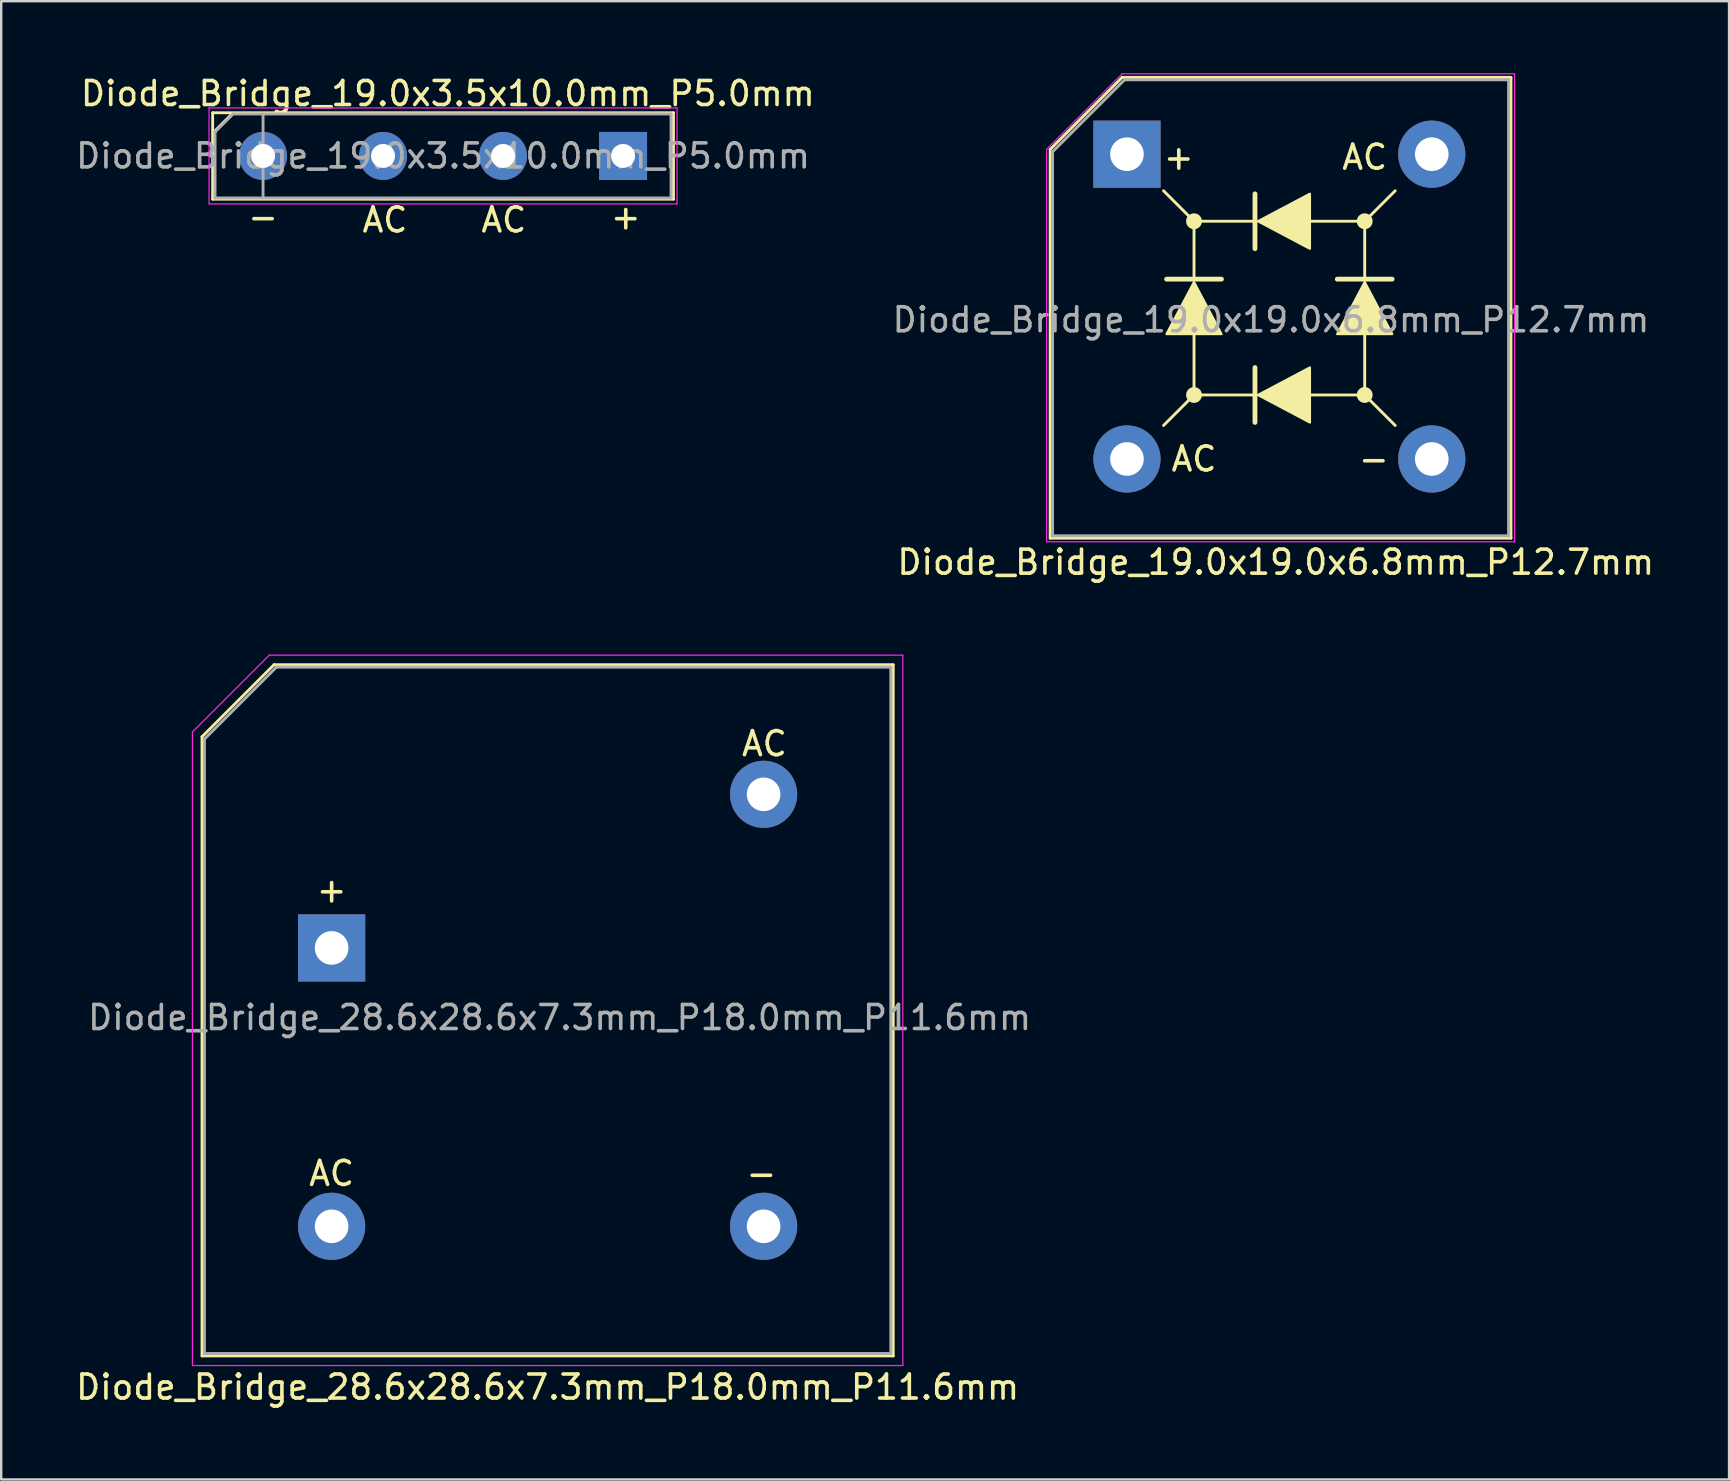
<source format=kicad_pcb>
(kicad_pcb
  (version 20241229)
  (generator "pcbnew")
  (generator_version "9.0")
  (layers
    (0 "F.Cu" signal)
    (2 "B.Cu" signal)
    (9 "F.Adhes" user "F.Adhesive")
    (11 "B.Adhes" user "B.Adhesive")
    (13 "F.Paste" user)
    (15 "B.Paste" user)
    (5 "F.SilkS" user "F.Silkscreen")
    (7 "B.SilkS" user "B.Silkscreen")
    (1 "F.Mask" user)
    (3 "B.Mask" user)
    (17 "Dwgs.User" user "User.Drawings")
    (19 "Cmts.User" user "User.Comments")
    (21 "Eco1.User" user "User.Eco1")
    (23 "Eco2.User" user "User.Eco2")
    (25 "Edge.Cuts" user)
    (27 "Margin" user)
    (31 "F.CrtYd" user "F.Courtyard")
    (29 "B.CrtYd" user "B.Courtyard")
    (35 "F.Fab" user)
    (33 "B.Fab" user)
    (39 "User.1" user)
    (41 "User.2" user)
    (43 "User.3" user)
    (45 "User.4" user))
  (footprint "Diode_Bridge_28.6x28.6x7.3mm_P18.0mm_P11.6mm"
    (layer "F.Cu")
    (at 10.768 36.448)
    (property "Reference" "Diode_Bridge_28.6x28.6x7.3mm_P18.0mm_P11.6mm" (at 9 18.3 180) (layer "F.SilkS") (effects (font (size 1 1) (thickness 0.15))))
    (fp_line (start -5.4 -8.8) (end -5.4 17) (stroke (width 0.12) (type solid)) (layer "F.SilkS"))
    (fp_line (start -5.4 17) (end 23.4 17) (stroke (width 0.12) (type solid)) (layer "F.SilkS"))
    (fp_line (start -2.4 -11.8) (end -5.4 -8.8) (stroke (width 0.12) (type solid)) (layer "F.SilkS"))
    (fp_line (start 23.4 -11.8) (end -2.4 -11.8) (stroke (width 0.12) (type solid)) (layer "F.SilkS"))
    (fp_line (start 23.4 17) (end 23.4 -11.8) (stroke (width 0.12) (type solid)) (layer "F.SilkS"))
    (fp_line (start -5.8 -9) (end -5.8 17.4) (stroke (width 0.05) (type solid)) (layer "F.CrtYd"))
    (fp_line (start -5.8 17.4) (end 23.8 17.4) (stroke (width 0.05) (type solid)) (layer "F.CrtYd"))
    (fp_line (start -2.6 -12.2) (end -5.8 -9) (stroke (width 0.05) (type solid)) (layer "F.CrtYd"))
    (fp_line (start 23.8 -12.2) (end -2.6 -12.2) (stroke (width 0.05) (type solid)) (layer "F.CrtYd"))
    (fp_line (start 23.8 17.4) (end 23.8 -12.2) (stroke (width 0.05) (type solid)) (layer "F.CrtYd"))
    (fp_line (start -5.3 -8.7) (end -5.3 16.9) (stroke (width 0.12) (type solid)) (layer "F.Fab"))
    (fp_line (start -5.3 16.9) (end 23.3 16.9) (stroke (width 0.12) (type solid)) (layer "F.Fab"))
    (fp_line (start -2.3 -11.7) (end -5.3 -8.7) (stroke (width 0.12) (type solid)) (layer "F.Fab"))
    (fp_line (start 23.3 -11.7) (end -2.3 -11.7) (stroke (width 0.12) (type solid)) (layer "F.Fab"))
    (fp_line (start 23.3 16.9) (end 23.3 -11.7) (stroke (width 0.12) (type solid)) (layer "F.Fab"))
    (fp_text user "AC" (at 18.034 -8.509 0) (layer "F.SilkS") (effects (font (size 1 1) (thickness 0.15))))
    (fp_text user "AC" (at 0 9.398 0) (layer "F.SilkS") (effects (font (size 1 1) (thickness 0.15))))
    (fp_text user "+" (at 0 -2.413 0) (layer "F.SilkS") (effects (font (size 1 1) (thickness 0.15))))
    (fp_text user "-" (at 17.907 9.398 0) (layer "F.SilkS") (effects (font (size 1 1) (thickness 0.15))))
    (fp_text user "${REFERENCE}" (at 9.5 2.9 180) (layer "F.Fab") (effects (font (size 1 1) (thickness 0.15))))
    (pad "1" thru_hole rect (at 0 0 180) (size 2.8 2.8) (drill 1.4) (layers "*.Cu" "*.Mask"))
    (pad "2" thru_hole circle (at 0 11.6 180) (size 2.8 2.8) (drill 1.4) (layers "*.Cu" "*.Mask"))
    (pad "3" thru_hole circle (at 18 11.6 180) (size 2.8 2.8) (drill 1.4) (layers "*.Cu" "*.Mask"))
    (pad "4" thru_hole circle (at 18 -6.4 180) (size 2.8 2.8) (drill 1.4) (layers "*.Cu" "*.Mask")))
  (footprint "Diode_Bridge_19.0x19.0x6.8mm_P12.7mm"
    (layer "F.Cu")
    (at 43.908 3.375)
    (property "Reference" "Diode_Bridge_19.0x19.0x6.8mm_P12.7mm" (at 6.2 17 180) (layer "F.SilkS") (effects (font (size 1 1) (thickness 0.15))))
    (attr through_hole)
    (fp_line (start -3.2 -0.2) (end -0.2 -3.2) (stroke (width 0.12) (type solid)) (layer "F.SilkS"))
    (fp_line (start -3.2 16) (end -3.2 -0.2) (stroke (width 0.12) (type solid)) (layer "F.SilkS"))
    (fp_line (start -0.2 -3.2) (end 16 -3.2) (stroke (width 0.12) (type solid)) (layer "F.SilkS"))
    (fp_line (start 1.524 1.524) (end 2.794 2.794) (stroke (width 0.12) (type solid)) (layer "F.SilkS"))
    (fp_line (start 1.524 11.303) (end 2.794 10.033) (stroke (width 0.12) (type solid)) (layer "F.SilkS"))
    (fp_line (start 2.794 5.207) (end 1.651 5.207) (stroke (width 0.2) (type solid)) (layer "F.SilkS"))
    (fp_line (start 2.794 5.207) (end 2.794 2.794) (stroke (width 0.12) (type solid)) (layer "F.SilkS"))
    (fp_line (start 2.794 10.033) (end 2.794 7.493) (stroke (width 0.12) (type solid)) (layer "F.SilkS"))
    (fp_line (start 3.937 5.207) (end 2.794 5.207) (stroke (width 0.2) (type solid)) (layer "F.SilkS"))
    (fp_line (start 5.334 1.651) (end 5.334 2.794) (stroke (width 0.2) (type solid)) (layer "F.SilkS"))
    (fp_line (start 5.334 2.794) (end 2.794 2.794) (stroke (width 0.12) (type solid)) (layer "F.SilkS"))
    (fp_line (start 5.334 2.794) (end 5.334 3.937) (stroke (width 0.2) (type solid)) (layer "F.SilkS"))
    (fp_line (start 5.334 8.89) (end 5.334 10.033) (stroke (width 0.2) (type solid)) (layer "F.SilkS"))
    (fp_line (start 5.334 10.033) (end 2.794 10.033) (stroke (width 0.12) (type solid)) (layer "F.SilkS"))
    (fp_line (start 5.334 10.033) (end 5.334 11.176) (stroke (width 0.2) (type solid)) (layer "F.SilkS"))
    (fp_line (start 9.906 2.794) (end 7.62 2.794) (stroke (width 0.12) (type solid)) (layer "F.SilkS"))
    (fp_line (start 9.906 5.207) (end 8.763 5.207) (stroke (width 0.2) (type solid)) (layer "F.SilkS"))
    (fp_line (start 9.906 5.207) (end 9.906 2.794) (stroke (width 0.12) (type solid)) (layer "F.SilkS"))
    (fp_line (start 9.906 10.033) (end 7.62 10.033) (stroke (width 0.12) (type solid)) (layer "F.SilkS"))
    (fp_line (start 9.906 10.033) (end 9.906 7.493) (stroke (width 0.12) (type solid)) (layer "F.SilkS"))
    (fp_line (start 11.049 5.207) (end 9.906 5.207) (stroke (width 0.2) (type solid)) (layer "F.SilkS"))
    (fp_line (start 11.176 1.524) (end 9.906 2.794) (stroke (width 0.12) (type solid)) (layer "F.SilkS"))
    (fp_line (start 11.176 11.303) (end 9.906 10.033) (stroke (width 0.12) (type solid)) (layer "F.SilkS"))
    (fp_line (start 16 -3.2) (end 16 16) (stroke (width 0.12) (type solid)) (layer "F.SilkS"))
    (fp_line (start 16 16) (end -3.2 16) (stroke (width 0.12) (type solid)) (layer "F.SilkS"))
    (fp_circle (center 2.794 2.794) (end 2.857 2.731) (stroke (width 0.12) (type solid)) (fill no) (layer "F.SilkS"))
    (fp_circle (center 2.794 2.794) (end 2.921 2.667) (stroke (width 0.12) (type solid)) (fill no) (layer "F.SilkS"))
    (fp_circle (center 2.794 2.794) (end 2.985 2.603) (stroke (width 0.12) (type solid)) (fill no) (layer "F.SilkS"))
    (fp_circle (center 2.794 10.033) (end 2.857 9.97) (stroke (width 0.12) (type solid)) (fill no) (layer "F.SilkS"))
    (fp_circle (center 2.794 10.033) (end 2.921 9.906) (stroke (width 0.12) (type solid)) (fill no) (layer "F.SilkS"))
    (fp_circle (center 2.794 10.033) (end 2.985 9.842) (stroke (width 0.12) (type solid)) (fill no) (layer "F.SilkS"))
    (fp_circle (center 9.906 2.794) (end 9.97 2.731) (stroke (width 0.12) (type solid)) (fill no) (layer "F.SilkS"))
    (fp_circle (center 9.906 2.794) (end 10.033 2.667) (stroke (width 0.12) (type solid)) (fill no) (layer "F.SilkS"))
    (fp_circle (center 9.906 2.794) (end 10.097 2.603) (stroke (width 0.12) (type solid)) (fill no) (layer "F.SilkS"))
    (fp_circle (center 9.906 10.033) (end 9.97 9.97) (stroke (width 0.12) (type solid)) (fill no) (layer "F.SilkS"))
    (fp_circle (center 9.906 10.033) (end 10.033 9.906) (stroke (width 0.12) (type solid)) (fill no) (layer "F.SilkS"))
    (fp_circle (center 9.906 10.033) (end 10.097 9.842) (stroke (width 0.12) (type solid)) (fill no) (layer "F.SilkS"))
    (fp_poly (pts (xy 3.937 7.493) (xy 1.651 7.493) (xy 2.794 5.334)) (stroke (width 0.1) (type solid)) (fill yes) (layer "F.SilkS"))
    (fp_poly (pts (xy 7.62 1.651) (xy 7.62 3.937) (xy 5.461 2.794)) (stroke (width 0.1) (type solid)) (fill yes) (layer "F.SilkS"))
    (fp_poly (pts (xy 7.62 8.89) (xy 7.62 11.176) (xy 5.461 10.033)) (stroke (width 0.1) (type solid)) (fill yes) (layer "F.SilkS"))
    (fp_poly (pts (xy 11.049 7.493) (xy 8.763 7.493) (xy 9.906 5.334)) (stroke (width 0.1) (type solid)) (fill yes) (layer "F.SilkS"))
    (fp_line (start -3.35 -0.2) (end -3.35 16.15) (stroke (width 0.05) (type solid)) (layer "F.CrtYd"))
    (fp_line (start -3.35 16.15) (end 16.15 16.15) (stroke (width 0.05) (type solid)) (layer "F.CrtYd"))
    (fp_line (start -0.2 -3.35) (end -3.35 -0.2) (stroke (width 0.05) (type solid)) (layer "F.CrtYd"))
    (fp_line (start 16.15 -3.35) (end -0.2 -3.35) (stroke (width 0.05) (type solid)) (layer "F.CrtYd"))
    (fp_line (start 16.15 16.15) (end 16.15 -3.35) (stroke (width 0.05) (type solid)) (layer "F.CrtYd"))
    (fp_line (start -3.1 -0.1) (end -0.1 -3.1) (stroke (width 0.12) (type solid)) (layer "F.Fab"))
    (fp_line (start -3.1 15.9) (end -3.1 -0.1) (stroke (width 0.12) (type solid)) (layer "F.Fab"))
    (fp_line (start -0.1 -3.1) (end 15.9 -3.1) (stroke (width 0.12) (type solid)) (layer "F.Fab"))
    (fp_line (start 15.9 -3.1) (end 15.9 15.9) (stroke (width 0.12) (type solid)) (layer "F.Fab"))
    (fp_line (start 15.9 15.9) (end -3.1 15.9) (stroke (width 0.12) (type solid)) (layer "F.Fab"))
    (fp_text user "AC" (at 9.906 0.127 0) (layer "F.SilkS") (effects (font (size 1 1) (thickness 0.15))))
    (fp_text user "AC" (at 2.794 12.7 0) (layer "F.SilkS") (effects (font (size 1 1) (thickness 0.15))))
    (fp_text user "+" (at 2.159 0.127 0) (layer "F.SilkS") (effects (font (size 1 1) (thickness 0.15))))
    (fp_text user "-" (at 10.287 12.7 0) (layer "F.SilkS") (effects (font (size 1 1) (thickness 0.15))))
    (fp_text user "${REFERENCE}" (at 6 6.9 180) (layer "F.Fab") (effects (font (size 1 1) (thickness 0.15))))
    (pad "1" thru_hole rect (at 0 0 180) (size 2.8 2.8) (drill 1.4) (layers "*.Cu" "*.Mask"))
    (pad "2" thru_hole circle (at 0 12.7 180) (size 2.8 2.8) (drill 1.4) (layers "*.Cu" "*.Mask"))
    (pad "3" thru_hole circle (at 12.7 12.7 180) (size 2.8 2.8) (drill 1.4) (layers "*.Cu" "*.Mask"))
    (pad "4" thru_hole circle (at 12.7 0 180) (size 2.8 2.8) (drill 1.4) (layers "*.Cu" "*.Mask")))
  (footprint "Diode_Bridge_19.0x3.5x10.0mm_P5.0mm"
    (layer "F.Cu")
    (at 22.911 3.448)
    (property "Reference" "Diode_Bridge_19.0x3.5x10.0mm_P5.0mm" (at -7.3 -2.6 180) (layer "F.SilkS") (effects (font (size 1 1) (thickness 0.15))))
    (fp_line (start -17.1 -1.8) (end 2.1 -1.8) (stroke (width 0.12) (type solid)) (layer "F.SilkS"))
    (fp_line (start -17.1 1.8) (end -17.1 -1.8) (stroke (width 0.12) (type solid)) (layer "F.SilkS"))
    (fp_line (start -16.27 -1.778) (end -17.032 -1.016) (stroke (width 0.12) (type solid)) (layer "F.SilkS"))
    (fp_line (start 2.1 -1.8) (end 2.1 1.8) (stroke (width 0.12) (type solid)) (layer "F.SilkS"))
    (fp_line (start 2.1 1.8) (end -17.1 1.8) (stroke (width 0.12) (type solid)) (layer "F.SilkS"))
    (fp_line (start -17.25 -2) (end -17.25 2) (stroke (width 0.05) (type solid)) (layer "F.CrtYd"))
    (fp_line (start -17.25 -2) (end 2.25 -2) (stroke (width 0.05) (type solid)) (layer "F.CrtYd"))
    (fp_line (start 2.25 2) (end -17.25 2) (stroke (width 0.05) (type solid)) (layer "F.CrtYd"))
    (fp_line (start 2.25 2) (end 2.25 -2) (stroke (width 0.05) (type solid)) (layer "F.CrtYd"))
    (fp_line (start -17 -1) (end -16.25 -1.75) (stroke (width 0.12) (type solid)) (layer "F.Fab"))
    (fp_line (start -17 1.75) (end -17 -1) (stroke (width 0.12) (type solid)) (layer "F.Fab"))
    (fp_line (start -16.25 -1.75) (end 2 -1.75) (stroke (width 0.12) (type solid)) (layer "F.Fab"))
    (fp_line (start -15 -1.75) (end -15 1.75) (stroke (width 0.12) (type solid)) (layer "F.Fab"))
    (fp_line (start 2 -1.75) (end 2 1.75) (stroke (width 0.12) (type solid)) (layer "F.Fab"))
    (fp_line (start 2 1.75) (end -17 1.75) (stroke (width 0.12) (type solid)) (layer "F.Fab"))
    (fp_text user "-" (at -15 2.54 0) (layer "F.SilkS") (effects (font (size 1 1) (thickness 0.15))))
    (fp_text user "+" (at 0.113 2.54 0) (layer "F.SilkS") (effects (font (size 1 1) (thickness 0.15))))
    (fp_text user "AC" (at -9.92 2.667 0) (layer "F.SilkS") (effects (font (size 1 1) (thickness 0.15))))
    (fp_text user "AC" (at -4.967 2.667 0) (layer "F.SilkS") (effects (font (size 1 1) (thickness 0.15))))
    (fp_text user "${REFERENCE}" (at -7.5 0 180) (layer "F.Fab") (effects (font (size 1 1) (thickness 0.15))))
    (pad "1" thru_hole rect (at 0 0) (size 2 2) (drill 1) (layers "*.Cu" "*.Mask"))
    (pad "2" thru_hole circle (at -5 0) (size 2 2) (drill 1) (layers "*.Cu" "*.Mask"))
    (pad "3" thru_hole circle (at -10 0) (size 2 2) (drill 1) (layers "*.Cu" "*.Mask"))
    (pad "4" thru_hole circle (at -15 0) (size 2 2) (drill 1) (layers "*.Cu" "*.Mask")))
  (gr_rect
    (start -3 -3)
    (end 68.995 58.596)
    (stroke (width 0.1) (type default))
    (fill no)
    (layer "Edge.Cuts")))
</source>
